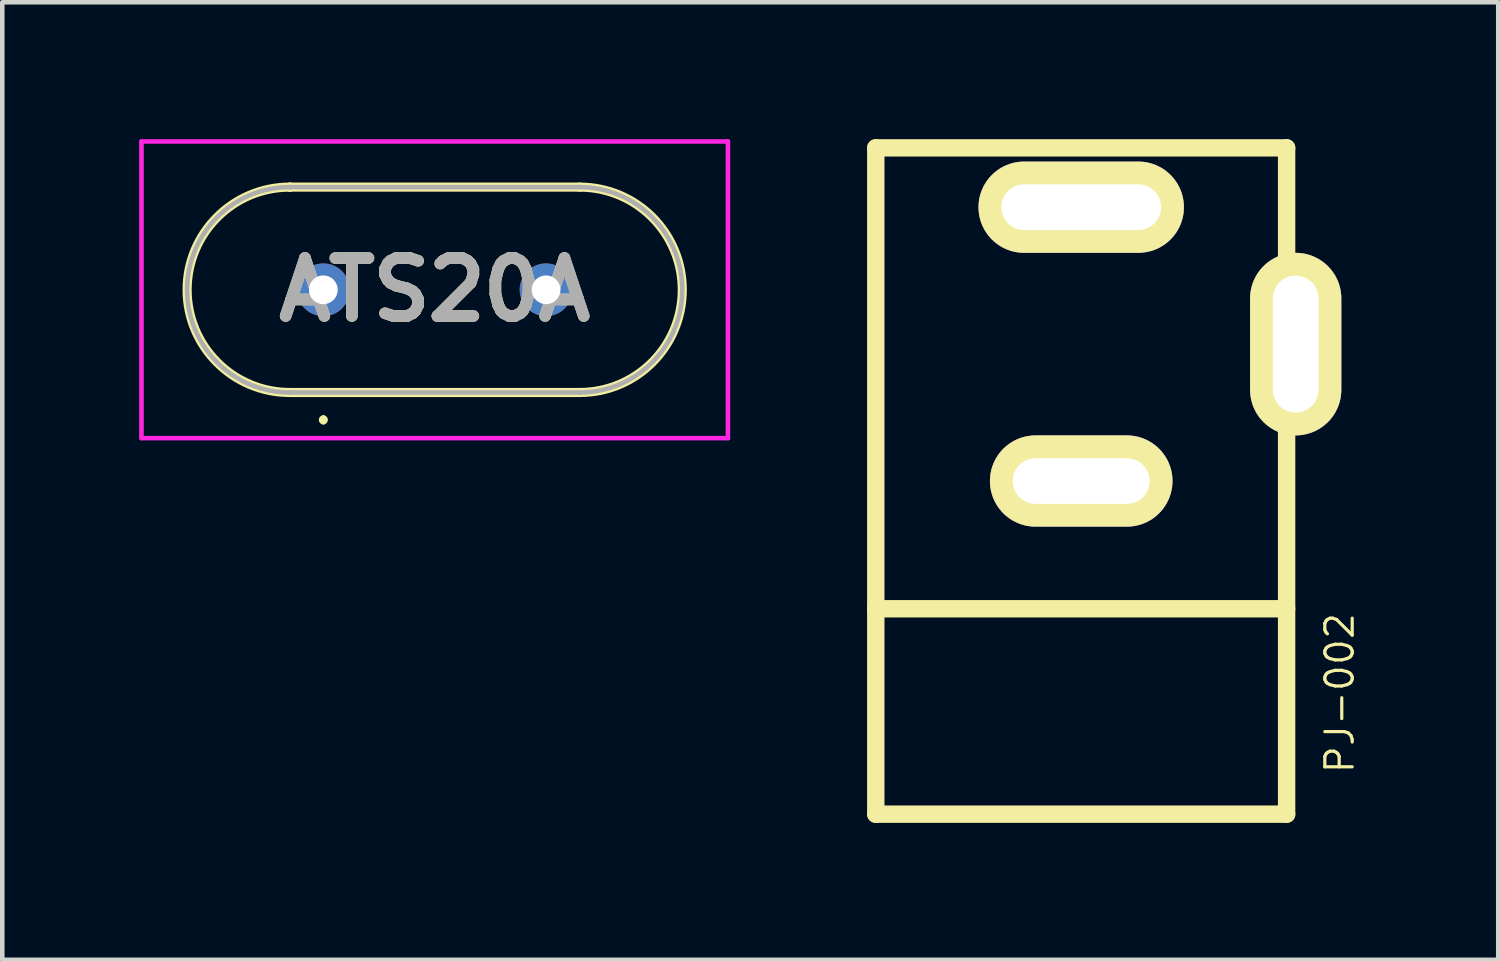
<source format=kicad_pcb>
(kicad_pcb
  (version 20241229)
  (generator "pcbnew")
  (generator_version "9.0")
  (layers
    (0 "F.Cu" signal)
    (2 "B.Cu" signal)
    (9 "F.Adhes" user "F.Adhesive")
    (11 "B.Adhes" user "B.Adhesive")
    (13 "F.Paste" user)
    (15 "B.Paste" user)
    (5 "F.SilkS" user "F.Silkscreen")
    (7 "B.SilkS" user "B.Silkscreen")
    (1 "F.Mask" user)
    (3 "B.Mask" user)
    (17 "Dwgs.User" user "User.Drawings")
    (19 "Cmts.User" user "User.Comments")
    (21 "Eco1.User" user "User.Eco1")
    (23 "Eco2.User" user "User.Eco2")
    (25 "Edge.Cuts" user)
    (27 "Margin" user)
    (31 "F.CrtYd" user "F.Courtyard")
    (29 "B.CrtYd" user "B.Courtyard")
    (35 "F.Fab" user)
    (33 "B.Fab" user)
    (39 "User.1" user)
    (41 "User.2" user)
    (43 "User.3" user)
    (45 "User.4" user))
  (footprint "PJ-002"
    (layer "F.Cu")
    (at 20.641 7.49)
    (property "Reference" "PJ-002" (at 5.664 4.648 90) (layer "F.SilkS") (effects (font (size 0.6 0.6) (thickness 0.07))))
    (attr through_hole)
    (fp_line (start -4.501 -7.3) (end -4.501 7.3) (stroke (width 0.381) (type solid)) (layer "F.SilkS"))
    (fp_line (start -4.501 2.799) (end 4.501 2.799) (stroke (width 0.381) (type solid)) (layer "F.SilkS"))
    (fp_line (start -4.501 7.3) (end 4.501 7.3) (stroke (width 0.381) (type solid)) (layer "F.SilkS"))
    (fp_line (start 4.501 -7.3) (end -4.501 -7.3) (stroke (width 0.381) (type solid)) (layer "F.SilkS"))
    (fp_line (start 4.501 7.3) (end 4.501 -7.3) (stroke (width 0.381) (type solid)) (layer "F.SilkS"))
    (pad "1" thru_hole oval (at 0 -6) (size 4.501 1.999) (drill oval 3.5 1.001) (layers "*.Cu" "*.Mask" "F.SilkS"))
    (pad "2" thru_hole oval (at 0 0) (size 4 1.999) (drill oval 3 1.001) (layers "*.Cu" "*.Mask" "F.SilkS"))
    (pad "3" thru_hole oval (at 4.7 -3) (size 1.999 4) (drill oval 1.001 3) (layers "*.Cu" "*.Mask" "F.SilkS")))
  (footprint "ATS20A"
    (layer "F.Cu")
    (at 4.035 3.3)
    (property "Reference" "ATS20A" (at 2.44 0 0) (layer "F.SilkS") (effects (font (size 1.27 1.27) (thickness 0.254))))
    (attr through_hole)
    (fp_line (start -0.735 -2.25) (end -0.735 -2.25) (stroke (width 0.2) (type solid)) (layer "F.SilkS"))
    (fp_line (start -0.735 2.25) (end 5.615 2.25) (stroke (width 0.2) (type solid)) (layer "F.SilkS"))
    (fp_line (start 0 2.8) (end 0 2.8) (stroke (width 0.1) (type solid)) (layer "F.SilkS"))
    (fp_line (start 0 2.9) (end 0 2.9) (stroke (width 0.1) (type solid)) (layer "F.SilkS"))
    (fp_line (start 5.615 -2.25) (end -0.735 -2.25) (stroke (width 0.2) (type solid)) (layer "F.SilkS"))
    (fp_line (start 5.615 2.25) (end 5.615 2.25) (stroke (width 0.2) (type solid)) (layer "F.SilkS"))
    (fp_arc (start -0.735 2.25) (mid -2.985 0) (end -0.735 -2.25) (stroke (width 0.2) (type solid)) (layer "F.SilkS"))
    (fp_arc (start 0 2.8) (mid 0.05 2.85) (end 0 2.9) (stroke (width 0.1) (type solid)) (layer "F.SilkS"))
    (fp_arc (start 0 2.9) (mid -0.05 2.85) (end 0 2.8) (stroke (width 0.1) (type solid)) (layer "F.SilkS"))
    (fp_arc (start 5.615 -2.25) (mid 7.865 0) (end 5.615 2.25) (stroke (width 0.2) (type solid)) (layer "F.SilkS"))
    (fp_line (start -3.985 -3.25) (end 8.865 -3.25) (stroke (width 0.1) (type solid)) (layer "F.CrtYd"))
    (fp_line (start -3.985 3.25) (end -3.985 -3.25) (stroke (width 0.1) (type solid)) (layer "F.CrtYd"))
    (fp_line (start 8.865 -3.25) (end 8.865 3.25) (stroke (width 0.1) (type solid)) (layer "F.CrtYd"))
    (fp_line (start 8.865 3.25) (end -3.985 3.25) (stroke (width 0.1) (type solid)) (layer "F.CrtYd"))
    (fp_line (start -0.735 -2.25) (end -0.735 -2.25) (stroke (width 0.1) (type solid)) (layer "F.Fab"))
    (fp_line (start -0.735 2.25) (end 5.615 2.25) (stroke (width 0.1) (type solid)) (layer "F.Fab"))
    (fp_line (start 5.615 -2.25) (end -0.735 -2.25) (stroke (width 0.1) (type solid)) (layer "F.Fab"))
    (fp_line (start 5.615 2.25) (end 5.615 2.25) (stroke (width 0.1) (type solid)) (layer "F.Fab"))
    (fp_arc (start -0.735 2.25) (mid -2.985 0) (end -0.735 -2.25) (stroke (width 0.1) (type solid)) (layer "F.Fab"))
    (fp_arc (start 5.615 -2.25) (mid 7.865 0) (end 5.615 2.25) (stroke (width 0.1) (type solid)) (layer "F.Fab"))
    (fp_text user "${REFERENCE}" (at 2.44 0 0) (layer "F.Fab") (effects (font (size 1.27 1.27) (thickness 0.254))))
    (pad "1" thru_hole circle (at 0 0) (size 1.155 1.155) (drill 0.63) (layers "*.Cu" "*.Mask"))
    (pad "2" thru_hole circle (at 4.88 0) (size 1.155 1.155) (drill 0.63) (layers "*.Cu" "*.Mask")))
  (gr_rect
    (start -3 -3)
    (end 29.779 17.981)
    (stroke (width 0.1) (type default))
    (fill no)
    (layer "Edge.Cuts")))
</source>
